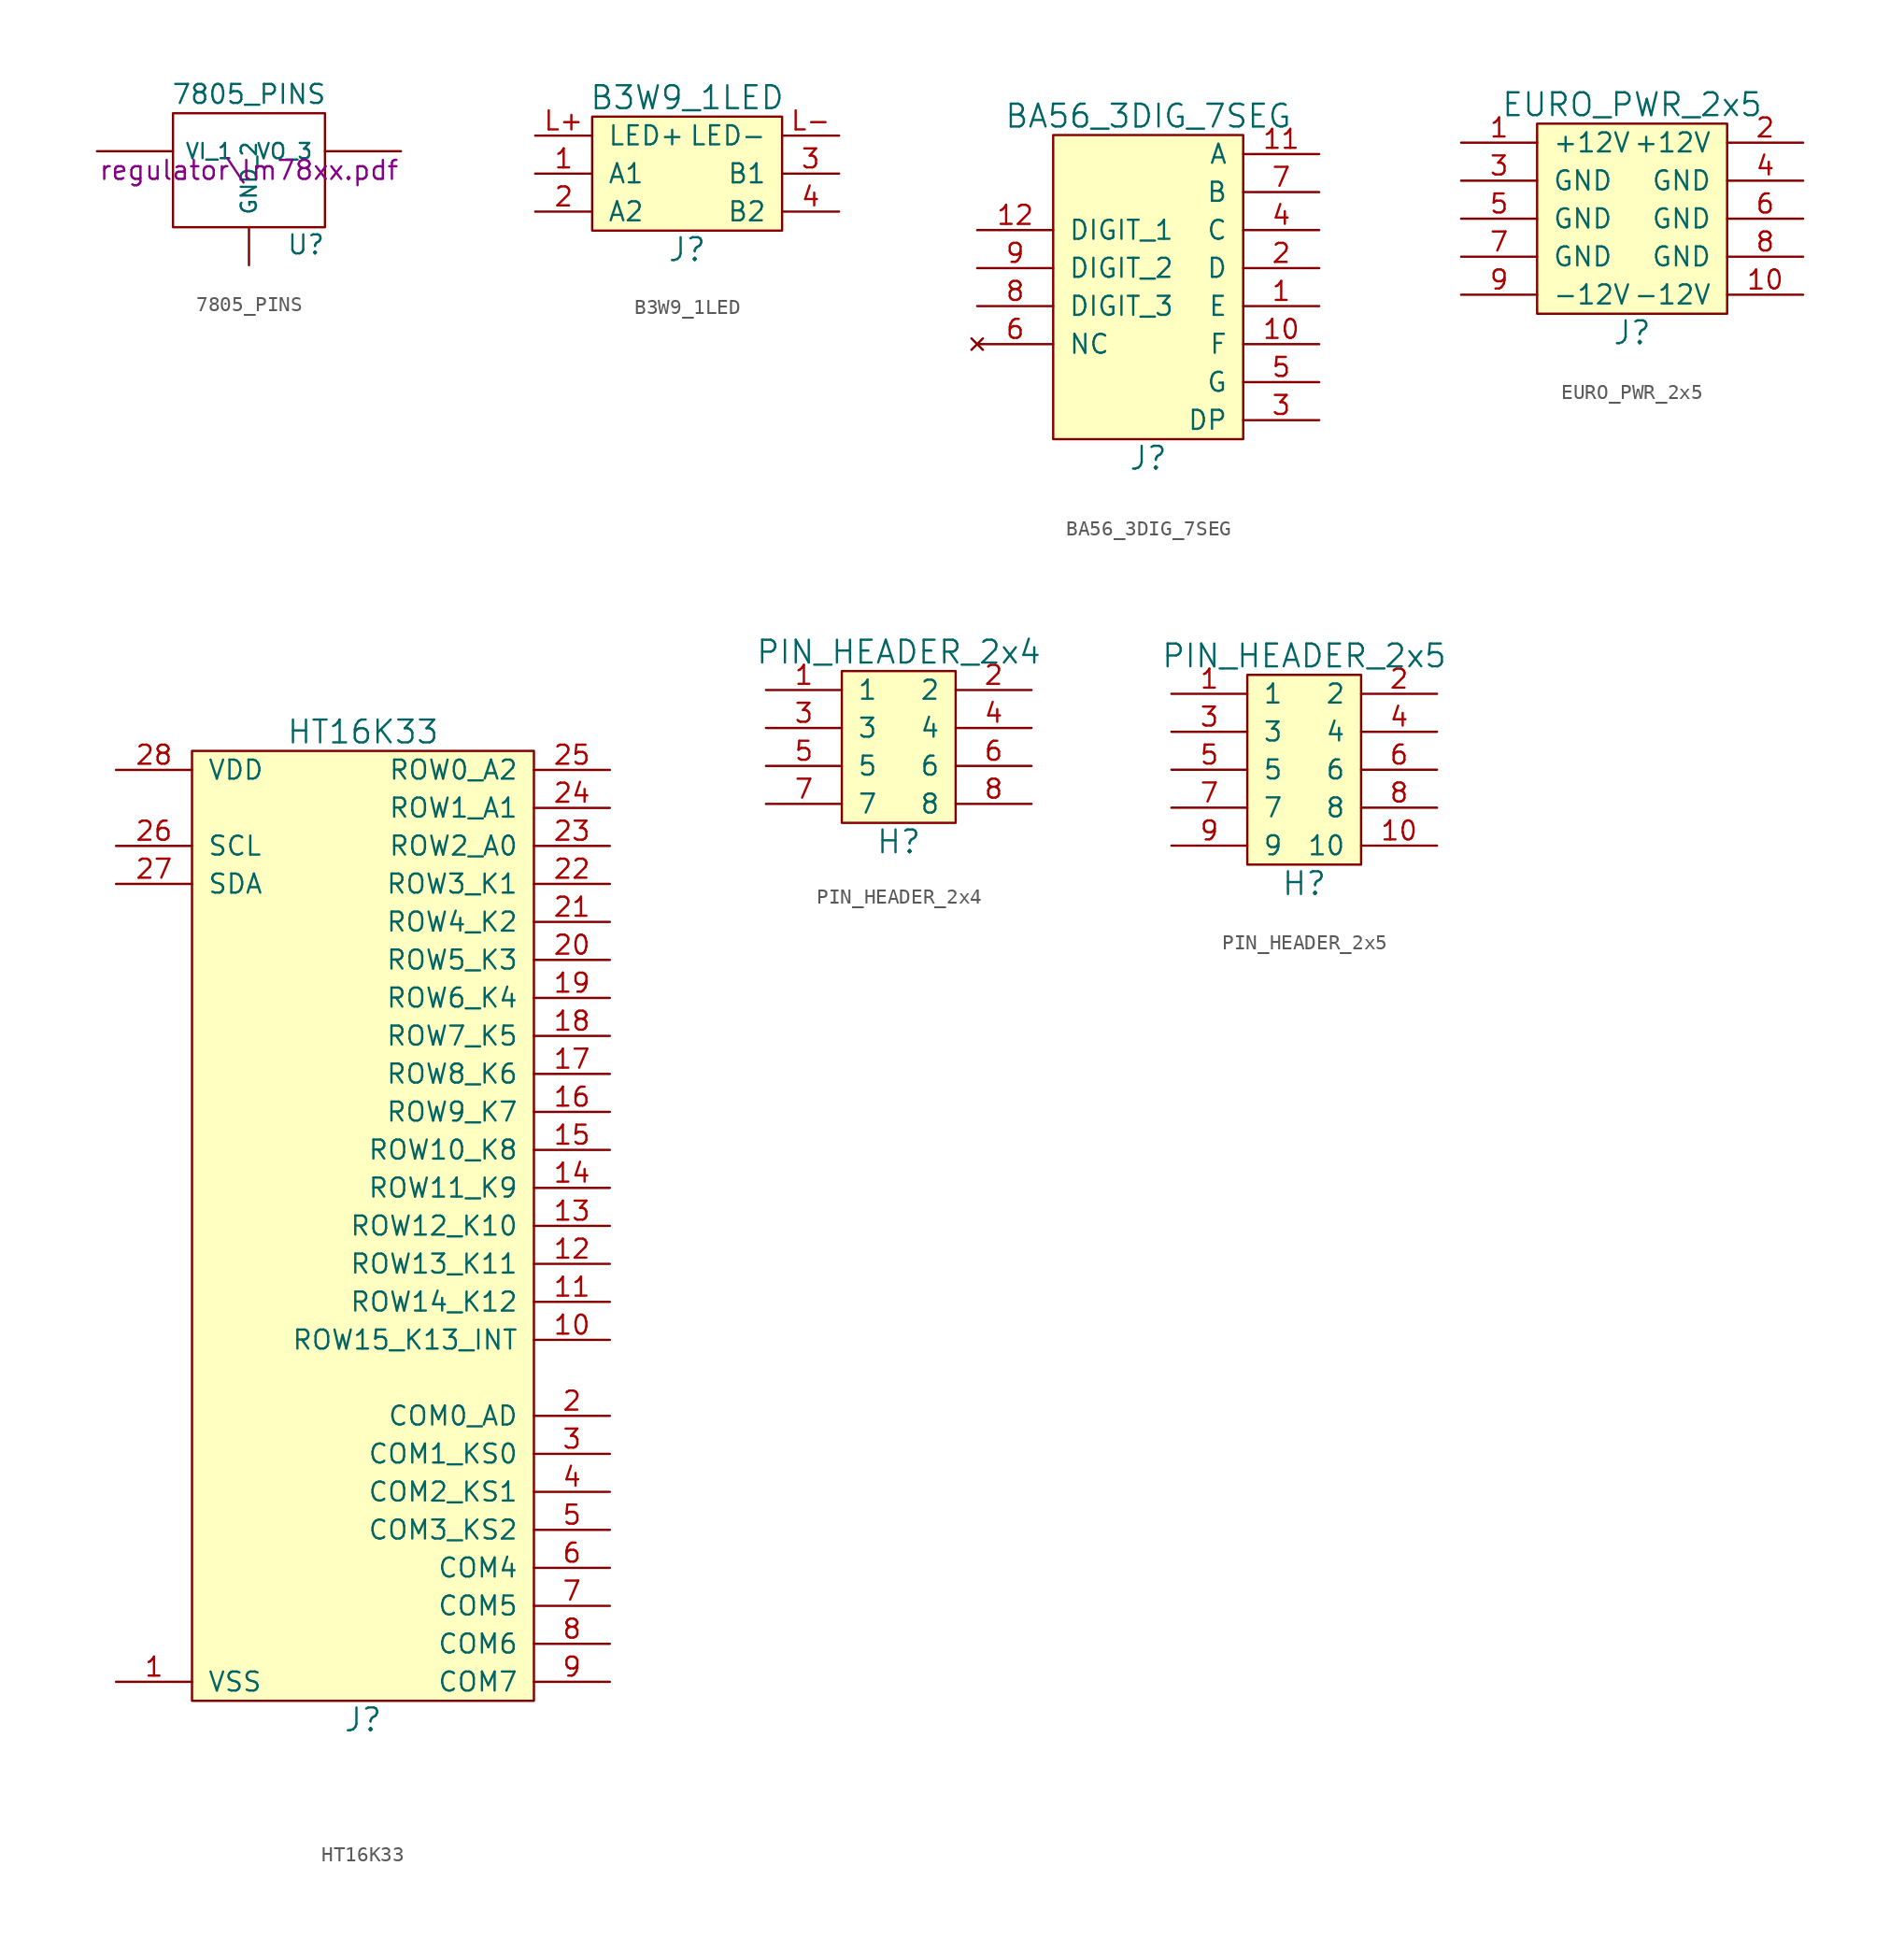
<source format=kicad_sym>
(kicad_symbol_lib
  (version 20231120)
  (generator "kicad_symbol_editor")
  (generator_version "8.0")
  (symbol "7805_PINS"
    (pin_numbers hide)
    (pin_names
      (offset 0.762))
    (property "Reference" "U"
      (at 3.81 -4.978 0)
      (effects (font (size 1.27 1.27))))
    (property "Value" "7805_PINS"
      (at 0 5.08 0)
      (effects (font (size 1.27 1.27))))
    (property "Footprint" ""
      (at 0 0 0)
      (effects (font (size 1.27 1.27))))
    (property "Datasheet" "regulator\\lm78xx.pdf"
      (at 0 0 0)
      (effects (font (size 1.27 1.27))))
    (symbol "7805_PINS_0_1"
      (rectangle (start -5.08 -3.81) (end 5.08 3.81) (stroke (width 0) (type solid)) (fill (type none))))
    (symbol "7805_PINS_1_1"
      (pin input line (at -10.16 1.27 0) (length 5.08) (name "VI_1" (effects (font (size 1.016 1.016)))) (number "1" (effects (font (size 1.016 1.016)))))
      (pin input line (at 0 -6.35 90) (length 2.54) (name "GND_2" (effects (font (size 1.016 1.016)))) (number "2" (effects (font (size 1.016 1.016)))))
      (pin power_out line (at 10.16 1.27 180) (length 5.08) (name "VO_3" (effects (font (size 1.016 1.016)))) (number "3" (effects (font (size 1.016 1.016)))))))
  (symbol "B3W9_1LED"
    (pin_names
      (offset 1.016))
    (property "Reference" "J"
      (at 0 -5.08 0)
      (effects (font (size 1.524 1.524))))
    (property "Value" "B3W9_1LED"
      (at 0 5.08 0)
      (effects (font (size 1.524 1.524))))
    (property "Footprint" ""
      (at 1.27 -6.35 0)
      (effects (font (size 1.524 1.524))))
    (property "Datasheet" ""
      (at 1.27 -6.35 0)
      (effects (font (size 1.524 1.524))))
    (symbol "B3W9_1LED_0_1"
      (rectangle (start -6.35 3.81) (end 6.35 -3.81) (stroke (width 0) (type solid)) (fill (type background))))
    (symbol "B3W9_1LED_1_1"
      (pin passive line (at -10.16 0 0) (length 3.81) (name "A1" (effects (font (size 1.27 1.27)))) (number "1" (effects (font (size 1.27 1.27)))))
      (pin passive line (at -10.16 -2.54 0) (length 3.81) (name "A2" (effects (font (size 1.27 1.27)))) (number "2" (effects (font (size 1.27 1.27)))))
      (pin passive line (at 10.16 0 180) (length 3.81) (name "B1" (effects (font (size 1.27 1.27)))) (number "3" (effects (font (size 1.27 1.27)))))
      (pin passive line (at 10.16 -2.54 180) (length 3.81) (name "B2" (effects (font (size 1.27 1.27)))) (number "4" (effects (font (size 1.27 1.27)))))
      (pin passive line (at -10.16 2.54 0) (length 3.81) (name "LED+" (effects (font (size 1.27 1.27)))) (number "L+" (effects (font (size 1.27 1.27)))))
      (pin passive line (at 10.16 2.54 180) (length 3.81) (name "LED-" (effects (font (size 1.27 1.27)))) (number "L-" (effects (font (size 1.27 1.27)))))))
  (symbol "BA56_3DIG_7SEG"
    (pin_names
      (offset 1.016))
    (property "Reference" "J"
      (at 0 -11.43 0)
      (effects (font (size 1.524 1.524))))
    (property "Value" "BA56_3DIG_7SEG"
      (at 0 11.43 0)
      (effects (font (size 1.524 1.524))))
    (property "Footprint" ""
      (at 0 1.27 0)
      (effects (font (size 1.524 1.524))))
    (property "Datasheet" ""
      (at 0 1.27 0)
      (effects (font (size 1.524 1.524))))
    (symbol "BA56_3DIG_7SEG_0_1"
      (rectangle (start -6.35 10.16) (end 6.35 -10.16) (stroke (width 0) (type solid)) (fill (type background))))
    (symbol "BA56_3DIG_7SEG_1_1"
      (pin input line (at 11.43 -1.27 180) (length 5.08) (name "E" (effects (font (size 1.27 1.27)))) (number "1" (effects (font (size 1.27 1.27)))))
      (pin input line (at 11.43 -3.81 180) (length 5.08) (name "F" (effects (font (size 1.27 1.27)))) (number "10" (effects (font (size 1.27 1.27)))))
      (pin input line (at 11.43 8.89 180) (length 5.08) (name "A" (effects (font (size 1.27 1.27)))) (number "11" (effects (font (size 1.27 1.27)))))
      (pin input line (at -11.43 3.81 0) (length 5.08) (name "DIGIT_1" (effects (font (size 1.27 1.27)))) (number "12" (effects (font (size 1.27 1.27)))))
      (pin input line (at 11.43 1.27 180) (length 5.08) (name "D" (effects (font (size 1.27 1.27)))) (number "2" (effects (font (size 1.27 1.27)))))
      (pin input line (at 11.43 -8.89 180) (length 5.08) (name "DP" (effects (font (size 1.27 1.27)))) (number "3" (effects (font (size 1.27 1.27)))))
      (pin input line (at 11.43 3.81 180) (length 5.08) (name "C" (effects (font (size 1.27 1.27)))) (number "4" (effects (font (size 1.27 1.27)))))
      (pin input line (at 11.43 -6.35 180) (length 5.08) (name "G" (effects (font (size 1.27 1.27)))) (number "5" (effects (font (size 1.27 1.27)))))
      (pin no_connect line (at -11.43 -3.81 0) (length 5.08) (name "NC" (effects (font (size 1.27 1.27)))) (number "6" (effects (font (size 1.27 1.27)))))
      (pin input line (at 11.43 6.35 180) (length 5.08) (name "B" (effects (font (size 1.27 1.27)))) (number "7" (effects (font (size 1.27 1.27)))))
      (pin input line (at -11.43 -1.27 0) (length 5.08) (name "DIGIT_3" (effects (font (size 1.27 1.27)))) (number "8" (effects (font (size 1.27 1.27)))))
      (pin input line (at -11.43 1.27 0) (length 5.08) (name "DIGIT_2" (effects (font (size 1.27 1.27)))) (number "9" (effects (font (size 1.27 1.27)))))))
  (symbol "EURO_PWR_2x5"
    (pin_names
      (offset 1.016))
    (property "Reference" "J"
      (at 0 -7.62 0)
      (effects (font (size 1.524 1.524))))
    (property "Value" "EURO_PWR_2x5"
      (at 0 7.62 0)
      (effects (font (size 1.524 1.524))))
    (property "Footprint" ""
      (at 0 0 0)
      (effects (font (size 1.524 1.524))))
    (property "Datasheet" ""
      (at 0 0 0)
      (effects (font (size 1.524 1.524))))
    (symbol "EURO_PWR_2x5_0_1"
      (rectangle (start -6.35 6.35) (end 6.35 -6.35) (stroke (width 0) (type solid)) (fill (type background))))
    (symbol "EURO_PWR_2x5_1_1"
      (pin power_in line (at -11.43 5.08 0) (length 5.08) (name "+12V" (effects (font (size 1.27 1.27)))) (number "1" (effects (font (size 1.27 1.27)))))
      (pin power_in line (at 11.43 -5.08 180) (length 5.08) (name "-12V" (effects (font (size 1.27 1.27)))) (number "10" (effects (font (size 1.27 1.27)))))
      (pin power_in line (at 11.43 5.08 180) (length 5.08) (name "+12V" (effects (font (size 1.27 1.27)))) (number "2" (effects (font (size 1.27 1.27)))))
      (pin power_in line (at -11.43 2.54 0) (length 5.08) (name "GND" (effects (font (size 1.27 1.27)))) (number "3" (effects (font (size 1.27 1.27)))))
      (pin power_in line (at 11.43 2.54 180) (length 5.08) (name "GND" (effects (font (size 1.27 1.27)))) (number "4" (effects (font (size 1.27 1.27)))))
      (pin power_in line (at -11.43 0 0) (length 5.08) (name "GND" (effects (font (size 1.27 1.27)))) (number "5" (effects (font (size 1.27 1.27)))))
      (pin power_in line (at 11.43 0 180) (length 5.08) (name "GND" (effects (font (size 1.27 1.27)))) (number "6" (effects (font (size 1.27 1.27)))))
      (pin power_in line (at -11.43 -2.54 0) (length 5.08) (name "GND" (effects (font (size 1.27 1.27)))) (number "7" (effects (font (size 1.27 1.27)))))
      (pin power_in line (at 11.43 -2.54 180) (length 5.08) (name "GND" (effects (font (size 1.27 1.27)))) (number "8" (effects (font (size 1.27 1.27)))))
      (pin power_in line (at -11.43 -5.08 0) (length 5.08) (name "-12V" (effects (font (size 1.27 1.27)))) (number "9" (effects (font (size 1.27 1.27)))))))
  (symbol "HT16K33"
    (pin_names
      (offset 1.016))
    (property "Reference" "J"
      (at 0 -34.29 0)
      (effects (font (size 1.524 1.524))))
    (property "Value" "HT16K33"
      (at 0 31.75 0)
      (effects (font (size 1.524 1.524))))
    (property "Footprint" ""
      (at 0 29.21 0)
      (effects (font (size 1.524 1.524))))
    (property "Datasheet" ""
      (at 0 29.21 0)
      (effects (font (size 1.524 1.524))))
    (symbol "HT16K33_0_1"
      (rectangle (start 11.43 30.48) (end -11.43 -33.02) (stroke (width 0) (type solid)) (fill (type background))))
    (symbol "HT16K33_1_1"
      (pin power_in line (at -16.51 -31.75 0) (length 5.08) (name "VSS" (effects (font (size 1.27 1.27)))) (number "1" (effects (font (size 1.27 1.27)))))
      (pin bidirectional line (at 16.51 -8.89 180) (length 5.08) (name "ROW15_K13_INT" (effects (font (size 1.27 1.27)))) (number "10" (effects (font (size 1.27 1.27)))))
      (pin bidirectional line (at 16.51 -6.35 180) (length 5.08) (name "ROW14_K12" (effects (font (size 1.27 1.27)))) (number "11" (effects (font (size 1.27 1.27)))))
      (pin bidirectional line (at 16.51 -3.81 180) (length 5.08) (name "ROW13_K11" (effects (font (size 1.27 1.27)))) (number "12" (effects (font (size 1.27 1.27)))))
      (pin bidirectional line (at 16.51 -1.27 180) (length 5.08) (name "ROW12_K10" (effects (font (size 1.27 1.27)))) (number "13" (effects (font (size 1.27 1.27)))))
      (pin bidirectional line (at 16.51 1.27 180) (length 5.08) (name "ROW11_K9" (effects (font (size 1.27 1.27)))) (number "14" (effects (font (size 1.27 1.27)))))
      (pin bidirectional line (at 16.51 3.81 180) (length 5.08) (name "ROW10_K8" (effects (font (size 1.27 1.27)))) (number "15" (effects (font (size 1.27 1.27)))))
      (pin bidirectional line (at 16.51 6.35 180) (length 5.08) (name "ROW9_K7" (effects (font (size 1.27 1.27)))) (number "16" (effects (font (size 1.27 1.27)))))
      (pin bidirectional line (at 16.51 8.89 180) (length 5.08) (name "ROW8_K6" (effects (font (size 1.27 1.27)))) (number "17" (effects (font (size 1.27 1.27)))))
      (pin bidirectional line (at 16.51 11.43 180) (length 5.08) (name "ROW7_K5" (effects (font (size 1.27 1.27)))) (number "18" (effects (font (size 1.27 1.27)))))
      (pin bidirectional line (at 16.51 13.97 180) (length 5.08) (name "ROW6_K4" (effects (font (size 1.27 1.27)))) (number "19" (effects (font (size 1.27 1.27)))))
      (pin output line (at 16.51 -13.97 180) (length 5.08) (name "COM0_AD" (effects (font (size 1.27 1.27)))) (number "2" (effects (font (size 1.27 1.27)))))
      (pin bidirectional line (at 16.51 16.51 180) (length 5.08) (name "ROW5_K3" (effects (font (size 1.27 1.27)))) (number "20" (effects (font (size 1.27 1.27)))))
      (pin bidirectional line (at 16.51 19.05 180) (length 5.08) (name "ROW4_K2" (effects (font (size 1.27 1.27)))) (number "21" (effects (font (size 1.27 1.27)))))
      (pin bidirectional line (at 16.51 21.59 180) (length 5.08) (name "ROW3_K1" (effects (font (size 1.27 1.27)))) (number "22" (effects (font (size 1.27 1.27)))))
      (pin bidirectional line (at 16.51 24.13 180) (length 5.08) (name "ROW2_A0" (effects (font (size 1.27 1.27)))) (number "23" (effects (font (size 1.27 1.27)))))
      (pin bidirectional line (at 16.51 26.67 180) (length 5.08) (name "ROW1_A1" (effects (font (size 1.27 1.27)))) (number "24" (effects (font (size 1.27 1.27)))))
      (pin bidirectional line (at 16.51 29.21 180) (length 5.08) (name "ROW0_A2" (effects (font (size 1.27 1.27)))) (number "25" (effects (font (size 1.27 1.27)))))
      (pin input line (at -16.51 24.13 0) (length 5.08) (name "SCL" (effects (font (size 1.27 1.27)))) (number "26" (effects (font (size 1.27 1.27)))))
      (pin bidirectional line (at -16.51 21.59 0) (length 5.08) (name "SDA" (effects (font (size 1.27 1.27)))) (number "27" (effects (font (size 1.27 1.27)))))
      (pin power_in line (at -16.51 29.21 0) (length 5.08) (name "VDD" (effects (font (size 1.27 1.27)))) (number "28" (effects (font (size 1.27 1.27)))))
      (pin output line (at 16.51 -16.51 180) (length 5.08) (name "COM1_KS0" (effects (font (size 1.27 1.27)))) (number "3" (effects (font (size 1.27 1.27)))))
      (pin output line (at 16.51 -19.05 180) (length 5.08) (name "COM2_KS1" (effects (font (size 1.27 1.27)))) (number "4" (effects (font (size 1.27 1.27)))))
      (pin output line (at 16.51 -21.59 180) (length 5.08) (name "COM3_KS2" (effects (font (size 1.27 1.27)))) (number "5" (effects (font (size 1.27 1.27)))))
      (pin output line (at 16.51 -24.13 180) (length 5.08) (name "COM4" (effects (font (size 1.27 1.27)))) (number "6" (effects (font (size 1.27 1.27)))))
      (pin output line (at 16.51 -26.67 180) (length 5.08) (name "COM5" (effects (font (size 1.27 1.27)))) (number "7" (effects (font (size 1.27 1.27)))))
      (pin output line (at 16.51 -29.21 180) (length 5.08) (name "COM6" (effects (font (size 1.27 1.27)))) (number "8" (effects (font (size 1.27 1.27)))))
      (pin output line (at 16.51 -31.75 180) (length 5.08) (name "COM7" (effects (font (size 1.27 1.27)))) (number "9" (effects (font (size 1.27 1.27)))))))
  (symbol "PIN_HEADER_2x4"
    (pin_names
      (offset 1.016))
    (property "Reference" "H"
      (at 0 -6.35 0)
      (effects (font (size 1.524 1.524))))
    (property "Value" "PIN_HEADER_2x4"
      (at 0 6.35 0)
      (effects (font (size 1.524 1.524))))
    (property "Footprint" ""
      (at 2.54 -1.27 0)
      (effects (font (size 1.524 1.524))))
    (property "Datasheet" ""
      (at 2.54 -1.27 0)
      (effects (font (size 1.524 1.524))))
    (symbol "PIN_HEADER_2x4_0_1"
      (rectangle (start -3.81 5.08) (end 3.81 -5.08) (stroke (width 0) (type solid)) (fill (type background))))
    (symbol "PIN_HEADER_2x4_1_1"
      (pin bidirectional line (at -8.89 3.81 0) (length 5.08) (name "1" (effects (font (size 1.27 1.27)))) (number "1" (effects (font (size 1.27 1.27)))))
      (pin bidirectional line (at 8.89 3.81 180) (length 5.08) (name "2" (effects (font (size 1.27 1.27)))) (number "2" (effects (font (size 1.27 1.27)))))
      (pin bidirectional line (at -8.89 1.27 0) (length 5.08) (name "3" (effects (font (size 1.27 1.27)))) (number "3" (effects (font (size 1.27 1.27)))))
      (pin bidirectional line (at 8.89 1.27 180) (length 5.08) (name "4" (effects (font (size 1.27 1.27)))) (number "4" (effects (font (size 1.27 1.27)))))
      (pin bidirectional line (at -8.89 -1.27 0) (length 5.08) (name "5" (effects (font (size 1.27 1.27)))) (number "5" (effects (font (size 1.27 1.27)))))
      (pin bidirectional line (at 8.89 -1.27 180) (length 5.08) (name "6" (effects (font (size 1.27 1.27)))) (number "6" (effects (font (size 1.27 1.27)))))
      (pin bidirectional line (at -8.89 -3.81 0) (length 5.08) (name "7" (effects (font (size 1.27 1.27)))) (number "7" (effects (font (size 1.27 1.27)))))
      (pin bidirectional line (at 8.89 -3.81 180) (length 5.08) (name "8" (effects (font (size 1.27 1.27)))) (number "8" (effects (font (size 1.27 1.27)))))))
  (symbol "PIN_HEADER_2x5"
    (pin_names
      (offset 1.016))
    (property "Reference" "H"
      (at 0 -7.62 0)
      (effects (font (size 1.524 1.524))))
    (property "Value" "PIN_HEADER_2x5"
      (at 0 7.62 0)
      (effects (font (size 1.524 1.524))))
    (property "Footprint" ""
      (at 2.54 0 0)
      (effects (font (size 1.524 1.524))))
    (property "Datasheet" ""
      (at 2.54 0 0)
      (effects (font (size 1.524 1.524))))
    (symbol "PIN_HEADER_2x5_0_1"
      (rectangle (start -3.81 6.35) (end 3.81 -6.35) (stroke (width 0) (type solid)) (fill (type background))))
    (symbol "PIN_HEADER_2x5_1_1"
      (pin bidirectional line (at -8.89 5.08 0) (length 5.08) (name "1" (effects (font (size 1.27 1.27)))) (number "1" (effects (font (size 1.27 1.27)))))
      (pin bidirectional line (at 8.89 -5.08 180) (length 5.08) (name "10" (effects (font (size 1.27 1.27)))) (number "10" (effects (font (size 1.27 1.27)))))
      (pin bidirectional line (at 8.89 5.08 180) (length 5.08) (name "2" (effects (font (size 1.27 1.27)))) (number "2" (effects (font (size 1.27 1.27)))))
      (pin bidirectional line (at -8.89 2.54 0) (length 5.08) (name "3" (effects (font (size 1.27 1.27)))) (number "3" (effects (font (size 1.27 1.27)))))
      (pin bidirectional line (at 8.89 2.54 180) (length 5.08) (name "4" (effects (font (size 1.27 1.27)))) (number "4" (effects (font (size 1.27 1.27)))))
      (pin bidirectional line (at -8.89 0 0) (length 5.08) (name "5" (effects (font (size 1.27 1.27)))) (number "5" (effects (font (size 1.27 1.27)))))
      (pin bidirectional line (at 8.89 0 180) (length 5.08) (name "6" (effects (font (size 1.27 1.27)))) (number "6" (effects (font (size 1.27 1.27)))))
      (pin bidirectional line (at -8.89 -2.54 0) (length 5.08) (name "7" (effects (font (size 1.27 1.27)))) (number "7" (effects (font (size 1.27 1.27)))))
      (pin bidirectional line (at 8.89 -2.54 180) (length 5.08) (name "8" (effects (font (size 1.27 1.27)))) (number "8" (effects (font (size 1.27 1.27)))))
      (pin bidirectional line (at -8.89 -5.08 0) (length 5.08) (name "9" (effects (font (size 1.27 1.27)))) (number "9" (effects (font (size 1.27 1.27))))))))
</source>
